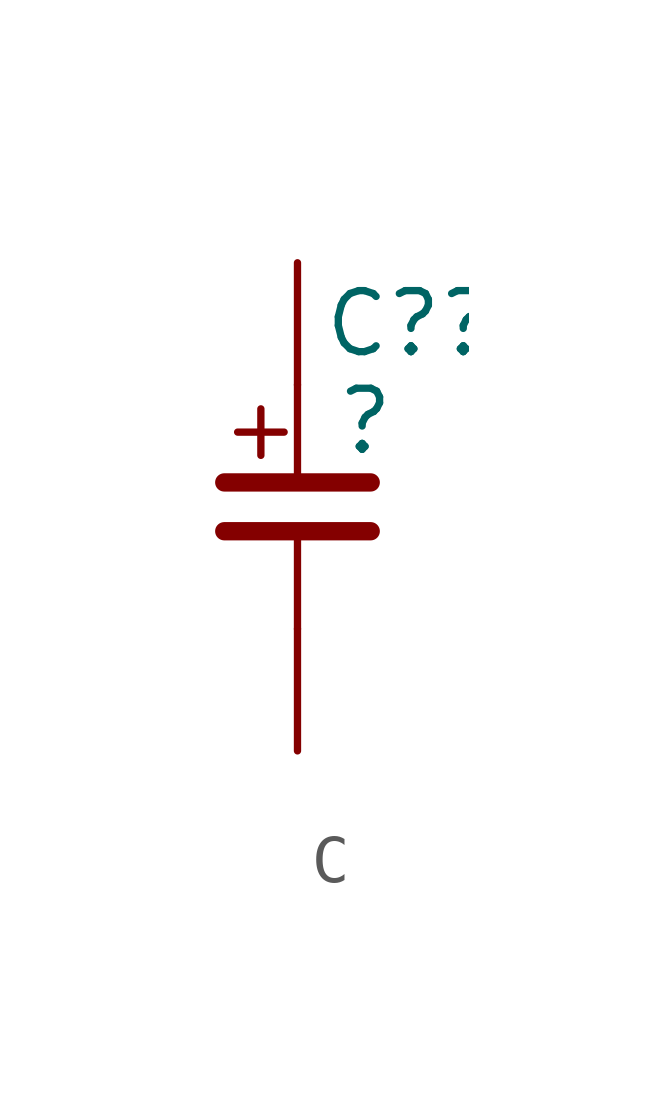
<source format=kicad_sym>
(kicad_symbol_lib
  (version 20241209)
  (generator "kicad_symbol_editor")
  (generator_version "9.0")
  (symbol "C"
    (pin_numbers
      (hide yes))
    (pin_names
      (offset 1.016)
      (hide yes))
    (property "Reference" "C?"
      (at 0.508 3.81 0)
      (effects (font (size 1.27 1.27)) (justify left)))
    (property "Value" "?"
      (at 0.762 1.778 0)
      (effects (font (size 1.27 1.27)) (justify left)))
    (symbol "C_0_0"
      (text "+" (at -0.762 1.651 0) (effects (font (size 1.27 1.27)))))
    (symbol "C_0_1"
      (polyline (pts (xy -1.524 0.508) (xy 1.524 0.508)) (stroke (width 0.381) (type solid)) (fill (type none)))
      (polyline (pts (xy -1.524 -0.508) (xy 1.524 -0.508)) (stroke (width 0.381) (type solid)) (fill (type none)))
      (polyline (pts (xy 0 2.54) (xy 0 0.508)) (stroke (width 0) (type solid)) (fill (type none)))
      (polyline (pts (xy 0 -2.54) (xy 0 -0.508)) (stroke (width 0) (type solid)) (fill (type none))))
    (symbol "C_1_0"
      (pin passive line (at 0 5.08 270) (length 2.54) (name "1" (effects (font (size 1.27 1.27)))) (number "1" (effects (font (size 1.27 1.27)))))
      (pin passive line (at 0 -5.08 90) (length 2.54) (name "2" (effects (font (size 1.27 1.27)))) (number "2" (effects (font (size 1.27 1.27))))))))
</source>
